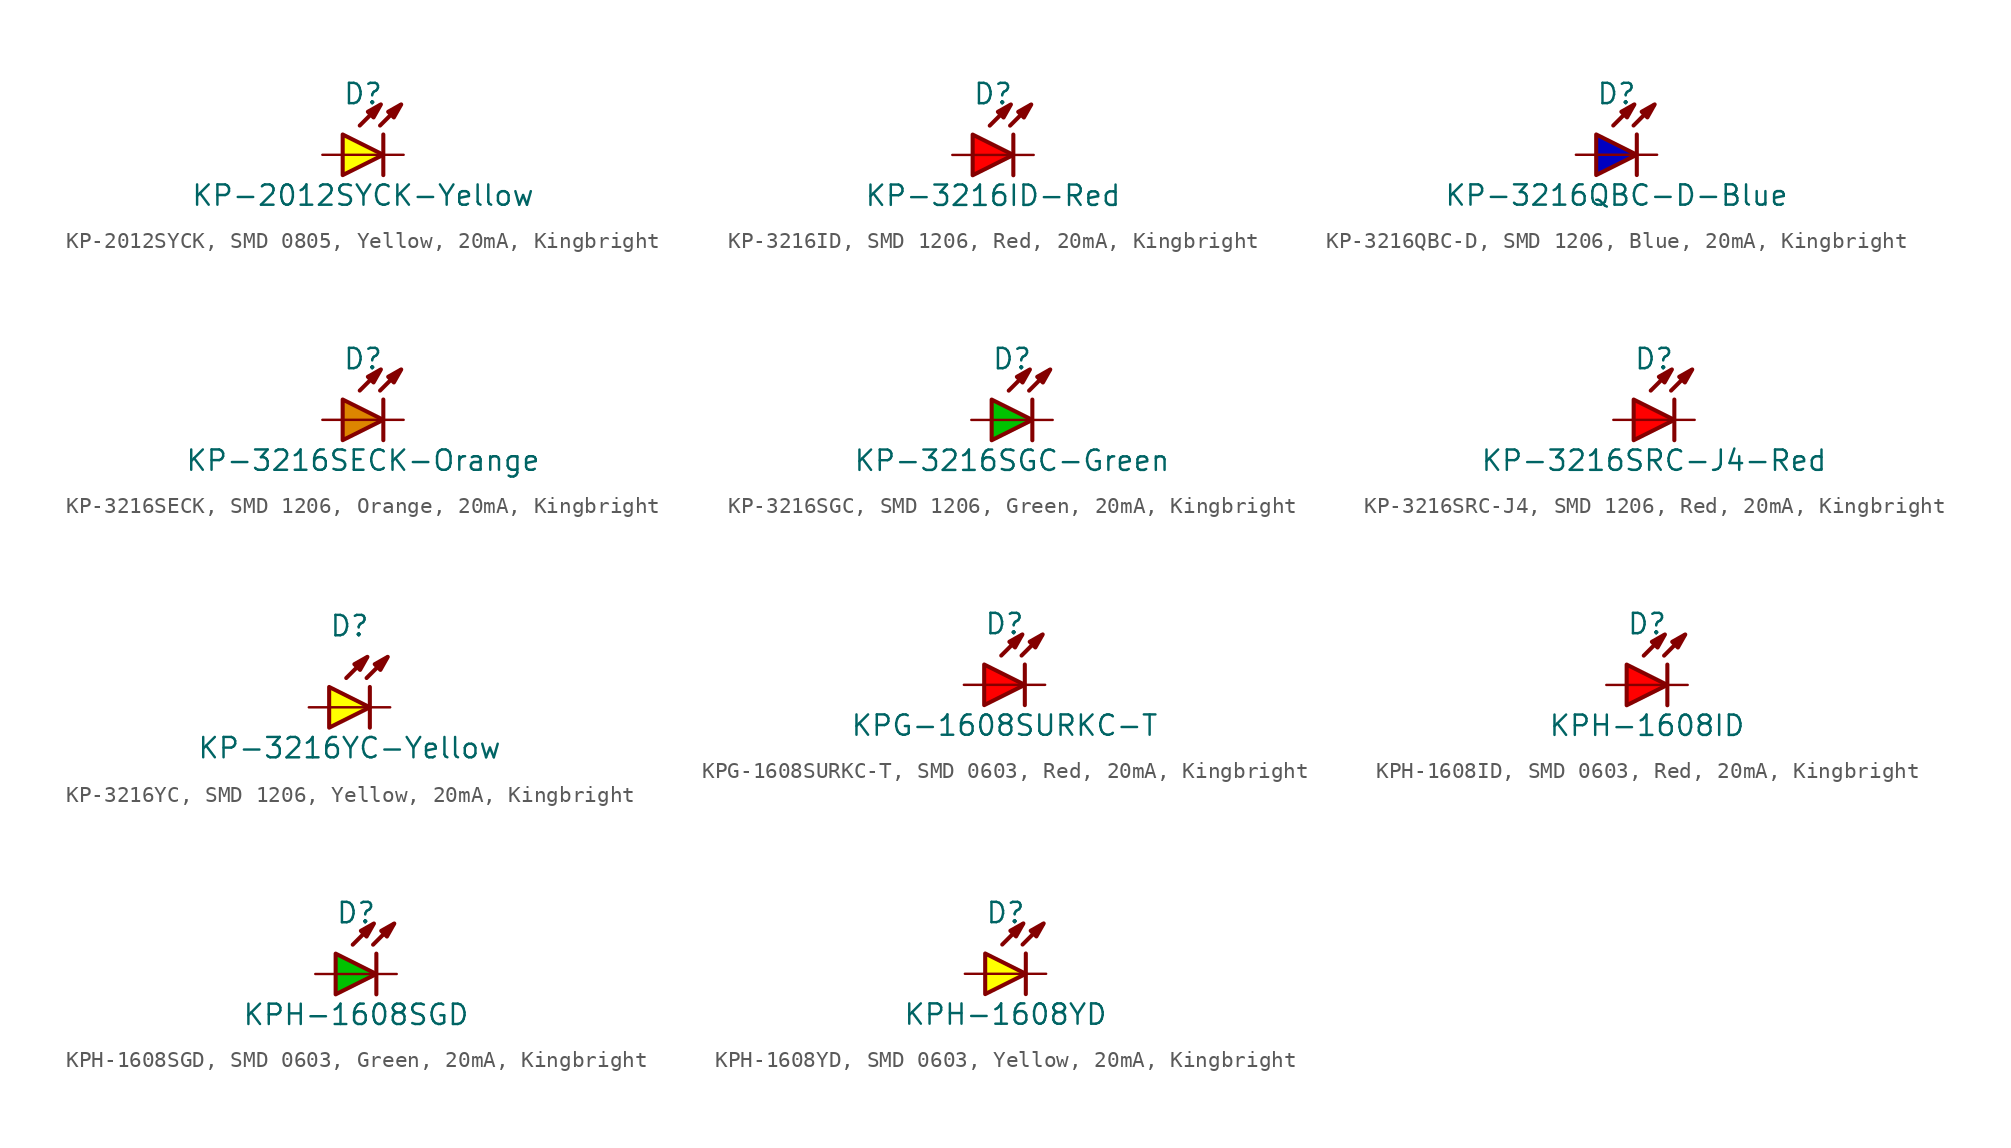
<source format=kicad_sym>
(kicad_symbol_lib
  (version 20241209)
  (generator "kicad_symbol_editor")
  (generator_version "9.0")
  (symbol "KP-2012SYCK, SMD 0805, Yellow, 20mA, Kingbright"
    (pin_numbers
      (hide yes))
    (pin_names
      (offset 1.016)
      (hide yes))
    (property "Reference" "D"
      (at 0 3.81 0)
      (effects (font (size 1.27 1.27))))
    (property "Value" "KP-2012SYCK-Yellow"
      (at 0 -2.54 0)
      (effects (font (size 1.27 1.27))))
    (property "Label" ""
      (at 0 0 0)
      (effects (font (size 1.27 1.27) (thickness 0.254) (bold yes))))
    (symbol "KP-2012SYCK, SMD 0805, Yellow, 20mA, Kingbright_0_0"
      (polyline (pts (xy -0.203 1.829) (xy 1.067 3.099)) (stroke (width 0.254) (type default)) (fill (type none)))
      (polyline (pts (xy 1.067 1.829) (xy 2.337 3.099)) (stroke (width 0.254) (type default)) (fill (type none)))
      (polyline (pts (xy 1.118 3.15) (xy 0.66 2.337) (xy 0.305 2.692) (xy 1.118 3.15)) (stroke (width 0.254) (type default)) (fill (type outline)))
      (polyline (pts (xy 1.27 0) (xy -1.27 0)) (stroke (width 0.152) (type default)) (fill (type none)))
      (polyline (pts (xy 2.388 3.15) (xy 1.93 2.337) (xy 1.575 2.692) (xy 2.388 3.15)) (stroke (width 0.254) (type default)) (fill (type outline))))
    (symbol "KP-2012SYCK, SMD 0805, Yellow, 20mA, Kingbright_0_1"
      (polyline (pts (xy 1.27 1.27) (xy 1.27 -1.27)) (stroke (width 0.254) (type default)) (fill (type none))))
    (symbol "KP-2012SYCK, SMD 0805, Yellow, 20mA, Kingbright_1_1"
      (polyline (pts (xy -1.27 1.27) (xy -1.27 -1.27) (xy 1.27 0) (xy -1.27 1.27)) (stroke (width 0.254) (type default)) (fill (type color) (color 255 255 0 1)))
      (pin passive line (at -2.54 0 0) (length 1.27) (name "A" (effects (font (size 1.27 1.27)))) (number "A" (effects (font (size 1.27 1.27)))))
      (pin passive line (at 2.54 0 180) (length 1.27) (name "C" (effects (font (size 1.27 1.27)))) (number "C" (effects (font (size 1.27 1.27)))))))
  (symbol "KP-3216ID, SMD 1206, Red, 20mA, Kingbright"
    (pin_numbers
      (hide yes))
    (pin_names
      (offset 1.016)
      (hide yes))
    (property "Reference" "D"
      (at 0 3.81 0)
      (effects (font (size 1.27 1.27))))
    (property "Value" "KP-3216ID-Red"
      (at 0 -2.54 0)
      (effects (font (size 1.27 1.27))))
    (property "Label" ""
      (at 0 0 0)
      (effects (font (size 1.27 1.27) (thickness 0.254) (bold yes))))
    (symbol "KP-3216ID, SMD 1206, Red, 20mA, Kingbright_0_0"
      (polyline (pts (xy -0.203 1.829) (xy 1.067 3.099)) (stroke (width 0.254) (type default)) (fill (type none)))
      (polyline (pts (xy 1.067 1.829) (xy 2.337 3.099)) (stroke (width 0.254) (type default)) (fill (type none)))
      (polyline (pts (xy 1.118 3.15) (xy 0.66 2.337) (xy 0.305 2.692) (xy 1.118 3.15)) (stroke (width 0.254) (type default)) (fill (type outline)))
      (polyline (pts (xy 1.27 0) (xy -1.27 0)) (stroke (width 0.152) (type default)) (fill (type none)))
      (polyline (pts (xy 2.388 3.15) (xy 1.93 2.337) (xy 1.575 2.692) (xy 2.388 3.15)) (stroke (width 0.254) (type default)) (fill (type outline))))
    (symbol "KP-3216ID, SMD 1206, Red, 20mA, Kingbright_0_1"
      (polyline (pts (xy -1.27 1.27) (xy -1.27 -1.27) (xy 1.27 0) (xy -1.27 1.27)) (stroke (width 0.254) (type default)) (fill (type color) (color 255 0 0 1)))
      (polyline (pts (xy 1.27 1.27) (xy 1.27 -1.27)) (stroke (width 0.254) (type default)) (fill (type none))))
    (symbol "KP-3216ID, SMD 1206, Red, 20mA, Kingbright_1_1"
      (pin passive line (at -2.54 0 0) (length 1.27) (name "A" (effects (font (size 1.27 1.27)))) (number "A" (effects (font (size 1.27 1.27)))))
      (pin passive line (at 2.54 0 180) (length 1.27) (name "C" (effects (font (size 1.27 1.27)))) (number "C" (effects (font (size 1.27 1.27)))))))
  (symbol "KP-3216QBC-D, SMD 1206, Blue, 20mA, Kingbright"
    (pin_numbers
      (hide yes))
    (pin_names
      (offset 1.016)
      (hide yes))
    (property "Reference" "D"
      (at 0 3.81 0)
      (effects (font (size 1.27 1.27))))
    (property "Value" "KP-3216QBC-D-Blue"
      (at 0 -2.54 0)
      (effects (font (size 1.27 1.27))))
    (property "Label" ""
      (at 0 0 0)
      (effects (font (size 1.27 1.27) (thickness 0.254) (bold yes))))
    (symbol "KP-3216QBC-D, SMD 1206, Blue, 20mA, Kingbright_0_0"
      (polyline (pts (xy -0.203 1.829) (xy 1.067 3.099)) (stroke (width 0.254) (type default)) (fill (type none)))
      (polyline (pts (xy 1.067 1.829) (xy 2.337 3.099)) (stroke (width 0.254) (type default)) (fill (type none)))
      (polyline (pts (xy 1.118 3.15) (xy 0.66 2.337) (xy 0.305 2.692) (xy 1.118 3.15)) (stroke (width 0.254) (type default)) (fill (type outline)))
      (polyline (pts (xy 1.27 0) (xy -1.27 0)) (stroke (width 0.152) (type default)) (fill (type none)))
      (polyline (pts (xy 2.388 3.15) (xy 1.93 2.337) (xy 1.575 2.692) (xy 2.388 3.15)) (stroke (width 0.254) (type default)) (fill (type outline))))
    (symbol "KP-3216QBC-D, SMD 1206, Blue, 20mA, Kingbright_0_1"
      (polyline (pts (xy 1.27 1.27) (xy 1.27 -1.27)) (stroke (width 0.254) (type default)) (fill (type none))))
    (symbol "KP-3216QBC-D, SMD 1206, Blue, 20mA, Kingbright_1_1"
      (polyline (pts (xy -1.27 1.27) (xy -1.27 -1.27) (xy 1.27 0) (xy -1.27 1.27)) (stroke (width 0.254) (type default)) (fill (type color) (color 0 0 194 1)))
      (pin passive line (at -2.54 0 0) (length 1.27) (name "A" (effects (font (size 1.27 1.27)))) (number "A" (effects (font (size 1.27 1.27)))))
      (pin passive line (at 2.54 0 180) (length 1.27) (name "C" (effects (font (size 1.27 1.27)))) (number "C" (effects (font (size 1.27 1.27)))))))
  (symbol "KP-3216SECK, SMD 1206, Orange, 20mA, Kingbright"
    (pin_numbers
      (hide yes))
    (pin_names
      (offset 1.016)
      (hide yes))
    (property "Reference" "D"
      (at 0 3.81 0)
      (effects (font (size 1.27 1.27))))
    (property "Value" "KP-3216SECK-Orange"
      (at 0 -2.54 0)
      (effects (font (size 1.27 1.27))))
    (property "Label" ""
      (at 0 0 0)
      (effects (font (size 1.27 1.27) (thickness 0.254) (bold yes))))
    (symbol "KP-3216SECK, SMD 1206, Orange, 20mA, Kingbright_0_0"
      (polyline (pts (xy -0.203 1.829) (xy 1.067 3.099)) (stroke (width 0.254) (type default)) (fill (type none)))
      (polyline (pts (xy 1.067 1.829) (xy 2.337 3.099)) (stroke (width 0.254) (type default)) (fill (type none)))
      (polyline (pts (xy 1.118 3.15) (xy 0.66 2.337) (xy 0.305 2.692) (xy 1.118 3.15)) (stroke (width 0.254) (type default)) (fill (type outline)))
      (polyline (pts (xy 1.27 0) (xy -1.27 0)) (stroke (width 0.152) (type default)) (fill (type none)))
      (polyline (pts (xy 2.388 3.15) (xy 1.93 2.337) (xy 1.575 2.692) (xy 2.388 3.15)) (stroke (width 0.254) (type default)) (fill (type outline))))
    (symbol "KP-3216SECK, SMD 1206, Orange, 20mA, Kingbright_0_1"
      (polyline (pts (xy 1.27 1.27) (xy 1.27 -1.27)) (stroke (width 0.254) (type default)) (fill (type none))))
    (symbol "KP-3216SECK, SMD 1206, Orange, 20mA, Kingbright_1_1"
      (polyline (pts (xy -1.27 1.27) (xy -1.27 -1.27) (xy 1.27 0) (xy -1.27 1.27)) (stroke (width 0.254) (type default)) (fill (type color) (color 221 133 0 1)))
      (pin passive line (at -2.54 0 0) (length 1.27) (name "A" (effects (font (size 1.27 1.27)))) (number "A" (effects (font (size 1.27 1.27)))))
      (pin passive line (at 2.54 0 180) (length 1.27) (name "C" (effects (font (size 1.27 1.27)))) (number "C" (effects (font (size 1.27 1.27)))))))
  (symbol "KP-3216SGC, SMD 1206, Green, 20mA, Kingbright"
    (pin_numbers
      (hide yes))
    (pin_names
      (offset 1.016)
      (hide yes))
    (property "Reference" "D"
      (at 0 3.81 0)
      (effects (font (size 1.27 1.27))))
    (property "Value" "KP-3216SGC-Green"
      (at 0 -2.54 0)
      (effects (font (size 1.27 1.27))))
    (property "Label" ""
      (at 0 0 0)
      (effects (font (size 1.27 1.27) (thickness 0.254) (bold yes))))
    (symbol "KP-3216SGC, SMD 1206, Green, 20mA, Kingbright_0_0"
      (polyline (pts (xy -0.203 1.829) (xy 1.067 3.099)) (stroke (width 0.254) (type default)) (fill (type none)))
      (polyline (pts (xy 1.067 1.829) (xy 2.337 3.099)) (stroke (width 0.254) (type default)) (fill (type none)))
      (polyline (pts (xy 1.118 3.15) (xy 0.66 2.337) (xy 0.305 2.692) (xy 1.118 3.15)) (stroke (width 0.254) (type default)) (fill (type outline)))
      (polyline (pts (xy 1.27 0) (xy -1.27 0)) (stroke (width 0.152) (type default)) (fill (type none)))
      (polyline (pts (xy 2.388 3.15) (xy 1.93 2.337) (xy 1.575 2.692) (xy 2.388 3.15)) (stroke (width 0.254) (type default)) (fill (type outline))))
    (symbol "KP-3216SGC, SMD 1206, Green, 20mA, Kingbright_0_1"
      (polyline (pts (xy -1.27 1.27) (xy -1.27 -1.27) (xy 1.27 0) (xy -1.27 1.27)) (stroke (width 0.254) (type default)) (fill (type color) (color 0 194 0 1)))
      (polyline (pts (xy 1.27 1.27) (xy 1.27 -1.27)) (stroke (width 0.254) (type default)) (fill (type none))))
    (symbol "KP-3216SGC, SMD 1206, Green, 20mA, Kingbright_1_1"
      (pin passive line (at -2.54 0 0) (length 1.27) (name "A" (effects (font (size 1.27 1.27)))) (number "A" (effects (font (size 1.27 1.27)))))
      (pin passive line (at 2.54 0 180) (length 1.27) (name "C" (effects (font (size 1.27 1.27)))) (number "C" (effects (font (size 1.27 1.27)))))))
  (symbol "KP-3216SRC-J4, SMD 1206, Red, 20mA, Kingbright"
    (pin_numbers
      (hide yes))
    (pin_names
      (offset 1.016)
      (hide yes))
    (property "Reference" "D"
      (at 0 3.81 0)
      (effects (font (size 1.27 1.27))))
    (property "Value" "KP-3216SRC-J4-Red"
      (at 0 -2.54 0)
      (effects (font (size 1.27 1.27))))
    (property "Label" ""
      (at 0 0 0)
      (effects (font (size 1.27 1.27) (thickness 0.254) (bold yes))))
    (symbol "KP-3216SRC-J4, SMD 1206, Red, 20mA, Kingbright_0_0"
      (polyline (pts (xy -0.203 1.829) (xy 1.067 3.099)) (stroke (width 0.254) (type default)) (fill (type none)))
      (polyline (pts (xy 1.067 1.829) (xy 2.337 3.099)) (stroke (width 0.254) (type default)) (fill (type none)))
      (polyline (pts (xy 1.118 3.15) (xy 0.66 2.337) (xy 0.305 2.692) (xy 1.118 3.15)) (stroke (width 0.254) (type default)) (fill (type outline)))
      (polyline (pts (xy 1.27 0) (xy -1.27 0)) (stroke (width 0.152) (type default)) (fill (type none)))
      (polyline (pts (xy 2.388 3.15) (xy 1.93 2.337) (xy 1.575 2.692) (xy 2.388 3.15)) (stroke (width 0.254) (type default)) (fill (type outline))))
    (symbol "KP-3216SRC-J4, SMD 1206, Red, 20mA, Kingbright_0_1"
      (polyline (pts (xy -1.27 1.27) (xy -1.27 -1.27) (xy 1.27 0) (xy -1.27 1.27)) (stroke (width 0.254) (type default)) (fill (type color) (color 255 0 0 1)))
      (polyline (pts (xy 1.27 1.27) (xy 1.27 -1.27)) (stroke (width 0.254) (type default)) (fill (type none))))
    (symbol "KP-3216SRC-J4, SMD 1206, Red, 20mA, Kingbright_1_1"
      (pin passive line (at -2.54 0 0) (length 1.27) (name "A" (effects (font (size 1.27 1.27)))) (number "A" (effects (font (size 1.27 1.27)))))
      (pin passive line (at 2.54 0 180) (length 1.27) (name "C" (effects (font (size 1.27 1.27)))) (number "C" (effects (font (size 1.27 1.27)))))))
  (symbol "KP-3216YC, SMD 1206, Yellow, 20mA, Kingbright"
    (pin_numbers
      (hide yes))
    (pin_names
      (offset 1.016)
      (hide yes))
    (property "Reference" "D"
      (at 0 5.08 0)
      (effects (font (size 1.27 1.27))))
    (property "Value" "KP-3216YC-Yellow"
      (at 0 -2.54 0)
      (effects (font (size 1.27 1.27))))
    (property "Label" ""
      (at 0 0 0)
      (effects (font (size 1.27 1.27) (thickness 0.254) (bold yes))))
    (symbol "KP-3216YC, SMD 1206, Yellow, 20mA, Kingbright_0_0"
      (polyline (pts (xy -0.203 1.829) (xy 1.067 3.099)) (stroke (width 0.254) (type default)) (fill (type none)))
      (polyline (pts (xy 1.067 1.829) (xy 2.337 3.099)) (stroke (width 0.254) (type default)) (fill (type none)))
      (polyline (pts (xy 1.118 3.15) (xy 0.66 2.337) (xy 0.305 2.692) (xy 1.118 3.15)) (stroke (width 0.254) (type default)) (fill (type outline)))
      (polyline (pts (xy 1.27 0) (xy -1.27 0)) (stroke (width 0.152) (type default)) (fill (type none)))
      (polyline (pts (xy 2.388 3.15) (xy 1.93 2.337) (xy 1.575 2.692) (xy 2.388 3.15)) (stroke (width 0.254) (type default)) (fill (type outline))))
    (symbol "KP-3216YC, SMD 1206, Yellow, 20mA, Kingbright_0_1"
      (polyline (pts (xy 1.27 1.27) (xy 1.27 -1.27)) (stroke (width 0.254) (type default)) (fill (type none))))
    (symbol "KP-3216YC, SMD 1206, Yellow, 20mA, Kingbright_1_1"
      (polyline (pts (xy -1.27 1.27) (xy -1.27 -1.27) (xy 1.27 0) (xy -1.27 1.27)) (stroke (width 0.254) (type default)) (fill (type color) (color 255 255 0 1)))
      (pin passive line (at -2.54 0 0) (length 1.27) (name "A" (effects (font (size 1.27 1.27)))) (number "A" (effects (font (size 1.27 1.27)))))
      (pin passive line (at 2.54 0 180) (length 1.27) (name "C" (effects (font (size 1.27 1.27)))) (number "C" (effects (font (size 1.27 1.27)))))))
  (symbol "KPG-1608SURKC-T, SMD 0603, Red, 20mA, Kingbright"
    (pin_numbers
      (hide yes))
    (pin_names
      (offset 1.016)
      (hide yes))
    (property "Reference" "D"
      (at 0 3.81 0)
      (effects (font (size 1.27 1.27))))
    (property "Value" "KPG-1608SURKC-T"
      (at 0 -2.54 0)
      (effects (font (size 1.27 1.27))))
    (property "Label" ""
      (at 0 0 0)
      (effects (font (size 1.27 1.27) (thickness 0.254) (bold yes))))
    (symbol "KPG-1608SURKC-T, SMD 0603, Red, 20mA, Kingbright_0_0"
      (polyline (pts (xy -0.203 1.829) (xy 1.067 3.099)) (stroke (width 0.254) (type default)) (fill (type none)))
      (polyline (pts (xy 1.067 1.829) (xy 2.337 3.099)) (stroke (width 0.254) (type default)) (fill (type none)))
      (polyline (pts (xy 1.118 3.15) (xy 0.66 2.337) (xy 0.305 2.692) (xy 1.118 3.15)) (stroke (width 0.254) (type default)) (fill (type outline)))
      (polyline (pts (xy 1.27 0) (xy -1.27 0)) (stroke (width 0.152) (type default)) (fill (type none)))
      (polyline (pts (xy 2.388 3.15) (xy 1.93 2.337) (xy 1.575 2.692) (xy 2.388 3.15)) (stroke (width 0.254) (type default)) (fill (type outline))))
    (symbol "KPG-1608SURKC-T, SMD 0603, Red, 20mA, Kingbright_0_1"
      (polyline (pts (xy 1.27 1.27) (xy 1.27 -1.27)) (stroke (width 0.254) (type default)) (fill (type none))))
    (symbol "KPG-1608SURKC-T, SMD 0603, Red, 20mA, Kingbright_1_1"
      (polyline (pts (xy -1.27 1.27) (xy -1.27 -1.27) (xy 1.27 0) (xy -1.27 1.27)) (stroke (width 0.254) (type default)) (fill (type color) (color 255 0 0 1)))
      (pin passive line (at -2.54 0 0) (length 1.27) (name "A" (effects (font (size 1.27 1.27)))) (number "A" (effects (font (size 1.27 1.27)))))
      (pin passive line (at 2.54 0 180) (length 1.27) (name "C" (effects (font (size 1.27 1.27)))) (number "C" (effects (font (size 1.27 1.27)))))))
  (symbol "KPH-1608ID, SMD 0603, Red, 20mA, Kingbright"
    (pin_numbers
      (hide yes))
    (pin_names
      (offset 1.016)
      (hide yes))
    (property "Reference" "D"
      (at 0 3.81 0)
      (effects (font (size 1.27 1.27))))
    (property "Value" "KPH-1608ID"
      (at 0 -2.54 0)
      (effects (font (size 1.27 1.27))))
    (property "Label" ""
      (at 0 0 0)
      (effects (font (size 1.27 1.27) (thickness 0.254) (bold yes))))
    (symbol "KPH-1608ID, SMD 0603, Red, 20mA, Kingbright_0_0"
      (polyline (pts (xy -0.203 1.829) (xy 1.067 3.099)) (stroke (width 0.254) (type default)) (fill (type none)))
      (polyline (pts (xy 1.067 1.829) (xy 2.337 3.099)) (stroke (width 0.254) (type default)) (fill (type none)))
      (polyline (pts (xy 1.118 3.15) (xy 0.66 2.337) (xy 0.305 2.692) (xy 1.118 3.15)) (stroke (width 0.254) (type default)) (fill (type outline)))
      (polyline (pts (xy 1.27 0) (xy -1.27 0)) (stroke (width 0.152) (type default)) (fill (type none)))
      (polyline (pts (xy 2.388 3.15) (xy 1.93 2.337) (xy 1.575 2.692) (xy 2.388 3.15)) (stroke (width 0.254) (type default)) (fill (type outline))))
    (symbol "KPH-1608ID, SMD 0603, Red, 20mA, Kingbright_0_1"
      (polyline (pts (xy 1.27 1.27) (xy 1.27 -1.27)) (stroke (width 0.254) (type default)) (fill (type none))))
    (symbol "KPH-1608ID, SMD 0603, Red, 20mA, Kingbright_1_1"
      (polyline (pts (xy -1.27 1.27) (xy -1.27 -1.27) (xy 1.27 0) (xy -1.27 1.27)) (stroke (width 0.254) (type default)) (fill (type color) (color 255 0 0 1)))
      (pin passive line (at -2.54 0 0) (length 1.27) (name "A" (effects (font (size 1.27 1.27)))) (number "A" (effects (font (size 1.27 1.27)))))
      (pin passive line (at 2.54 0 180) (length 1.27) (name "C" (effects (font (size 1.27 1.27)))) (number "C" (effects (font (size 1.27 1.27)))))))
  (symbol "KPH-1608SGD, SMD 0603, Green, 20mA, Kingbright"
    (pin_numbers
      (hide yes))
    (pin_names
      (offset 1.016)
      (hide yes))
    (property "Reference" "D"
      (at 0 3.81 0)
      (effects (font (size 1.27 1.27))))
    (property "Value" "KPH-1608SGD"
      (at 0 -2.54 0)
      (effects (font (size 1.27 1.27))))
    (property "Label" ""
      (at 0 0 0)
      (effects (font (size 1.27 1.27) (thickness 0.254) (bold yes))))
    (symbol "KPH-1608SGD, SMD 0603, Green, 20mA, Kingbright_0_0"
      (polyline (pts (xy -0.203 1.829) (xy 1.067 3.099)) (stroke (width 0.254) (type default)) (fill (type none)))
      (polyline (pts (xy 1.067 1.829) (xy 2.337 3.099)) (stroke (width 0.254) (type default)) (fill (type none)))
      (polyline (pts (xy 1.118 3.15) (xy 0.66 2.337) (xy 0.305 2.692) (xy 1.118 3.15)) (stroke (width 0.254) (type default)) (fill (type outline)))
      (polyline (pts (xy 1.27 0) (xy -1.27 0)) (stroke (width 0.152) (type default)) (fill (type none)))
      (polyline (pts (xy 2.388 3.15) (xy 1.93 2.337) (xy 1.575 2.692) (xy 2.388 3.15)) (stroke (width 0.254) (type default)) (fill (type outline))))
    (symbol "KPH-1608SGD, SMD 0603, Green, 20mA, Kingbright_0_1"
      (polyline (pts (xy 1.27 1.27) (xy 1.27 -1.27)) (stroke (width 0.254) (type default)) (fill (type none))))
    (symbol "KPH-1608SGD, SMD 0603, Green, 20mA, Kingbright_1_1"
      (polyline (pts (xy -1.27 1.27) (xy -1.27 -1.27) (xy 1.27 0) (xy -1.27 1.27)) (stroke (width 0.254) (type default)) (fill (type color) (color 0 194 0 1)))
      (pin passive line (at -2.54 0 0) (length 1.27) (name "A" (effects (font (size 1.27 1.27)))) (number "A" (effects (font (size 1.27 1.27)))))
      (pin passive line (at 2.54 0 180) (length 1.27) (name "C" (effects (font (size 1.27 1.27)))) (number "C" (effects (font (size 1.27 1.27)))))))
  (symbol "KPH-1608YD, SMD 0603, Yellow, 20mA, Kingbright"
    (pin_numbers
      (hide yes))
    (pin_names
      (offset 1.016)
      (hide yes))
    (property "Reference" "D"
      (at 0 3.81 0)
      (effects (font (size 1.27 1.27))))
    (property "Value" "KPH-1608YD"
      (at 0 -2.54 0)
      (effects (font (size 1.27 1.27))))
    (property "Label" ""
      (at 0 0 0)
      (effects (font (size 1.27 1.27) (thickness 0.254) (bold yes))))
    (symbol "KPH-1608YD, SMD 0603, Yellow, 20mA, Kingbright_0_0"
      (polyline (pts (xy -0.203 1.829) (xy 1.067 3.099)) (stroke (width 0.254) (type default)) (fill (type none)))
      (polyline (pts (xy 1.067 1.829) (xy 2.337 3.099)) (stroke (width 0.254) (type default)) (fill (type none)))
      (polyline (pts (xy 1.118 3.15) (xy 0.66 2.337) (xy 0.305 2.692) (xy 1.118 3.15)) (stroke (width 0.254) (type default)) (fill (type outline)))
      (polyline (pts (xy 1.27 0) (xy -1.27 0)) (stroke (width 0.152) (type default)) (fill (type none)))
      (polyline (pts (xy 2.388 3.15) (xy 1.93 2.337) (xy 1.575 2.692) (xy 2.388 3.15)) (stroke (width 0.254) (type default)) (fill (type outline))))
    (symbol "KPH-1608YD, SMD 0603, Yellow, 20mA, Kingbright_0_1"
      (polyline (pts (xy 1.27 1.27) (xy 1.27 -1.27)) (stroke (width 0.254) (type default)) (fill (type none))))
    (symbol "KPH-1608YD, SMD 0603, Yellow, 20mA, Kingbright_1_1"
      (polyline (pts (xy -1.27 1.27) (xy -1.27 -1.27) (xy 1.27 0) (xy -1.27 1.27)) (stroke (width 0.254) (type default)) (fill (type color) (color 255 255 0 1)))
      (pin passive line (at -2.54 0 0) (length 1.27) (name "A" (effects (font (size 1.27 1.27)))) (number "A" (effects (font (size 1.27 1.27)))))
      (pin passive line (at 2.54 0 180) (length 1.27) (name "C" (effects (font (size 1.27 1.27)))) (number "C" (effects (font (size 1.27 1.27))))))))
</source>
